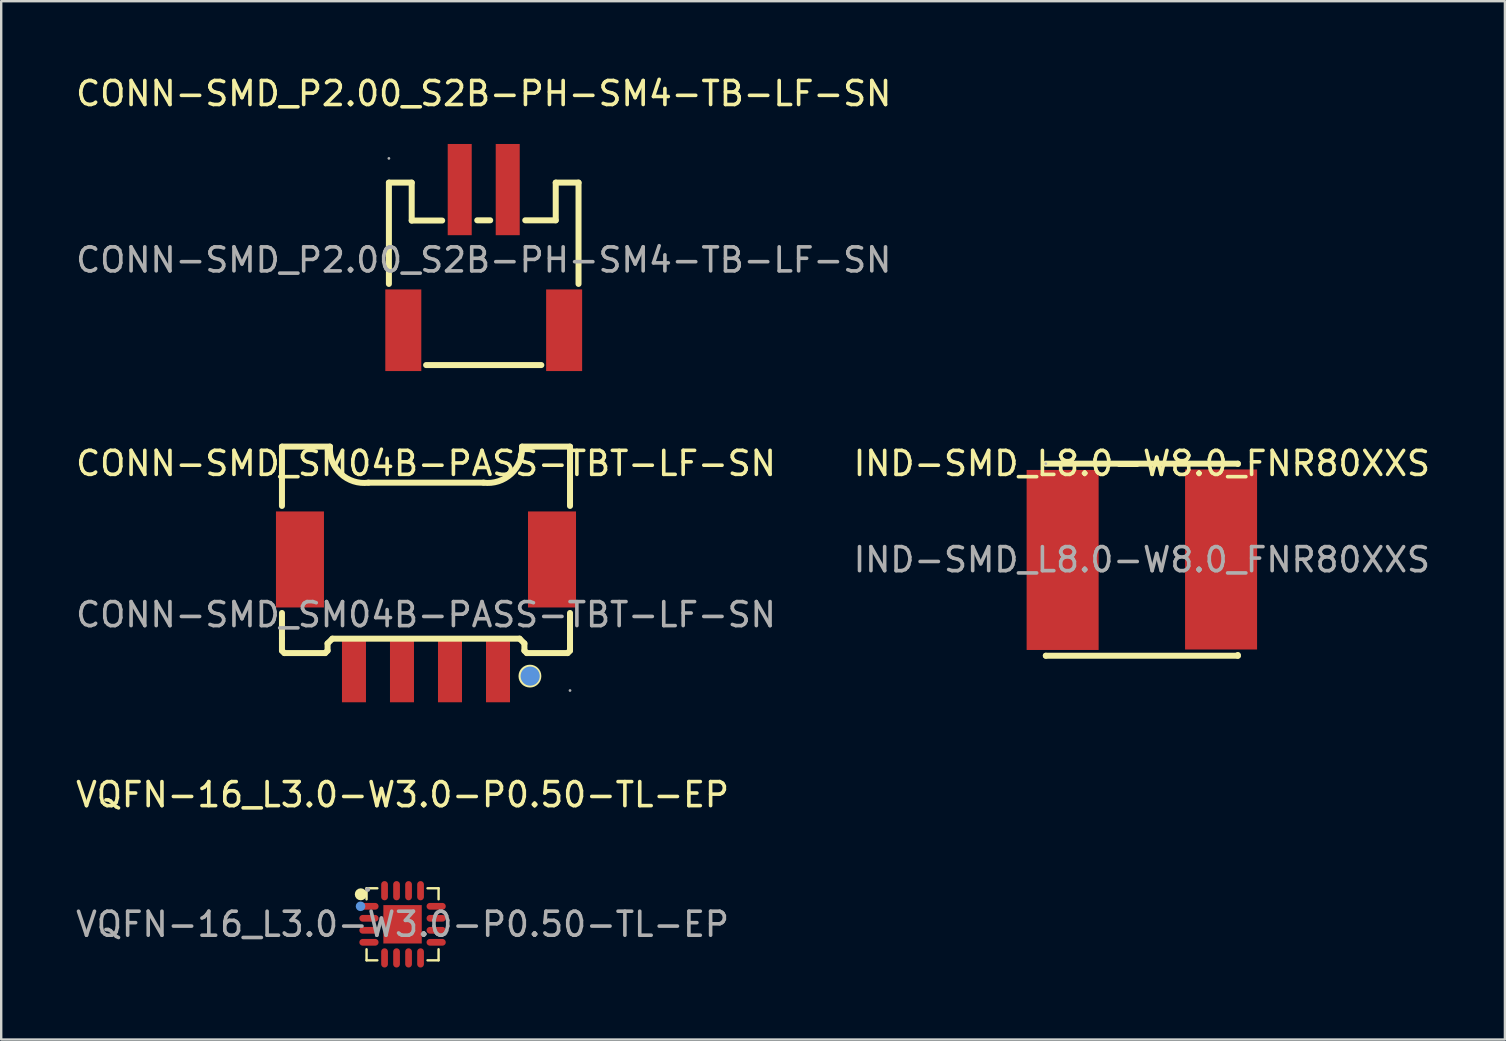
<source format=kicad_pcb>
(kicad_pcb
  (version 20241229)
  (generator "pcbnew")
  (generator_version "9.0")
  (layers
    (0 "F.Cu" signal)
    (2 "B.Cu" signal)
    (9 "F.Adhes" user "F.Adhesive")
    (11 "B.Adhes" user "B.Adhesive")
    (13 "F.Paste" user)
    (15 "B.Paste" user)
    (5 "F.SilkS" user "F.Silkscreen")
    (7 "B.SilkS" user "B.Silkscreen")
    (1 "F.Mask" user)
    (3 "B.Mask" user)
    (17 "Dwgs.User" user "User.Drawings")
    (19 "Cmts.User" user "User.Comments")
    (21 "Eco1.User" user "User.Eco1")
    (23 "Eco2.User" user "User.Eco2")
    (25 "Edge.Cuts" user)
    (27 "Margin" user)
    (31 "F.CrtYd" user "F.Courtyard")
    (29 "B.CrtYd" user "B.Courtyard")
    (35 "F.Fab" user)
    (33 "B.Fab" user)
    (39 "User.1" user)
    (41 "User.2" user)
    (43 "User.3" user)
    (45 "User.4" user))
  (footprint "CONN-SMD_SM04B-PASS-TBT-LF-SN"
    (layer "F.Cu")
    (at 14.696 22.556)
    (property "Reference" "CONN-SMD_SM04B-PASS-TBT-LF-SN" (at 0 -6.3 0) (layer "F.SilkS") (effects (font (size 1 1) (thickness 0.15))))
    (attr smd)
    (fp_line (start -6 -7) (end -6 -4.53) (stroke (width 0.25) (type solid)) (layer "F.SilkS"))
    (fp_line (start -6 -7) (end -4 -7) (stroke (width 0.25) (type solid)) (layer "F.SilkS"))
    (fp_line (start -6 -0.07) (end -6 1) (stroke (width 0.25) (type solid)) (layer "F.SilkS"))
    (fp_line (start -6 1) (end -6 1.5) (stroke (width 0.25) (type solid)) (layer "F.SilkS"))
    (fp_line (start -6 1.5) (end -5.9 1.6) (stroke (width 0.25) (type solid)) (layer "F.SilkS"))
    (fp_line (start -5.9 1.6) (end -4.2 1.6) (stroke (width 0.25) (type solid)) (layer "F.SilkS"))
    (fp_line (start -4.2 1.6) (end -4.1 1.5) (stroke (width 0.25) (type solid)) (layer "F.SilkS"))
    (fp_line (start -4.1 1.2) (end -3.9 1) (stroke (width 0.25) (type solid)) (layer "F.SilkS"))
    (fp_line (start -4.1 1.5) (end -4.1 1.2) (stroke (width 0.25) (type solid)) (layer "F.SilkS"))
    (fp_line (start -3.9 1) (end 3.9 1) (stroke (width 0.25) (type solid)) (layer "F.SilkS"))
    (fp_line (start -2.4 -5.5) (end 2.4 -5.5) (stroke (width 0.25) (type solid)) (layer "F.SilkS"))
    (fp_line (start 4 -7) (end 6 -7) (stroke (width 0.25) (type solid)) (layer "F.SilkS"))
    (fp_line (start 4.1 1.2) (end 3.9 1) (stroke (width 0.25) (type solid)) (layer "F.SilkS"))
    (fp_line (start 4.1 1.5) (end 4.1 1.2) (stroke (width 0.25) (type solid)) (layer "F.SilkS"))
    (fp_line (start 4.2 1.6) (end 4.1 1.5) (stroke (width 0.25) (type solid)) (layer "F.SilkS"))
    (fp_line (start 5.9 1.6) (end 4.2 1.6) (stroke (width 0.25) (type solid)) (layer "F.SilkS"))
    (fp_line (start 6 -7) (end 6 -4.53) (stroke (width 0.25) (type solid)) (layer "F.SilkS"))
    (fp_line (start 6 -0.07) (end 6 1) (stroke (width 0.25) (type solid)) (layer "F.SilkS"))
    (fp_line (start 6 1) (end 6 1.5) (stroke (width 0.25) (type solid)) (layer "F.SilkS"))
    (fp_line (start 6 1.5) (end 5.9 1.6) (stroke (width 0.25) (type solid)) (layer "F.SilkS"))
    (fp_arc (start -2.394689 -5.49927) (mid -3.55168 -5.870607) (end -4 -7) (stroke (width 0.25) (type solid)) (layer "F.SilkS"))
    (fp_arc (start 4 -7) (mid 3.55168 -5.870607) (end 2.394689 -5.49927) (stroke (width 0.25) (type solid)) (layer "F.SilkS"))
    (fp_circle (center 4.33 2.56) (end 4.68 2.56) (stroke (width 0.25) (type solid)) (fill no) (layer "F.SilkS"))
    (fp_circle (center 4.34 2.56) (end 4.54 2.56) (stroke (width 0.4) (type solid)) (fill no) (layer "Cmts.User"))
    (fp_circle (center 6 3.16) (end 6.03 3.16) (stroke (width 0.06) (type solid)) (fill no) (layer "F.Fab"))
    (fp_text user "${REFERENCE}" (at 0 0 0) (layer "F.Fab") (effects (font (size 1 1) (thickness 0.15))))
    (pad "1" smd rect (at 3 2.3) (size 1 2.7) (layers "F.Cu" "F.Mask" "F.Paste"))
    (pad "2" smd rect (at 1 2.3) (size 1 2.7) (layers "F.Cu" "F.Mask" "F.Paste"))
    (pad "3" smd rect (at -1 2.3) (size 1 2.7) (layers "F.Cu" "F.Mask" "F.Paste"))
    (pad "4" smd rect (at -3 2.3) (size 1 2.7) (layers "F.Cu" "F.Mask" "F.Paste"))
    (pad "5" smd rect (at -5.25 -2.3) (size 2 4) (layers "F.Cu" "F.Mask" "F.Paste"))
    (pad "6" smd rect (at 5.25 -2.3) (size 2 4) (layers "F.Cu" "F.Mask" "F.Paste")))
  (footprint "VQFN-16_L3.0-W3.0-P0.50-TL-EP"
    (layer "F.Cu")
    (at 13.72 35.455)
    (property "Reference" "VQFN-16_L3.0-W3.0-P0.50-TL-EP" (at 0 -5.4 0) (layer "F.SilkS") (effects (font (size 1 1) (thickness 0.15))))
    (attr smd)
    (fp_line (start -1.5 -1.5) (end -1.5 -1.04) (stroke (width 0.1) (type solid)) (layer "F.SilkS"))
    (fp_line (start -1.5 1.04) (end -1.5 1.5) (stroke (width 0.1) (type solid)) (layer "F.SilkS"))
    (fp_line (start -1.5 1.5) (end -1.05 1.5) (stroke (width 0.1) (type solid)) (layer "F.SilkS"))
    (fp_line (start -1.05 -1.5) (end -1.5 -1.5) (stroke (width 0.1) (type solid)) (layer "F.SilkS"))
    (fp_line (start 1.04 1.5) (end 1.5 1.5) (stroke (width 0.1) (type solid)) (layer "F.SilkS"))
    (fp_line (start 1.5 -1.5) (end 1.04 -1.5) (stroke (width 0.1) (type solid)) (layer "F.SilkS"))
    (fp_line (start 1.5 -1.5) (end 1.5 -1.04) (stroke (width 0.1) (type solid)) (layer "F.SilkS"))
    (fp_line (start 1.5 1.04) (end 1.5 1.5) (stroke (width 0.1) (type solid)) (layer "F.SilkS"))
    (fp_arc (start -1.74 -1.25) (mid -1.74 -1.25) (end -1.74 -1.25) (stroke (width 0.25) (type solid)) (layer "F.SilkS"))
    (fp_circle (center -1.75 -0.75) (end -1.65 -0.75) (stroke (width 0.2) (type solid)) (fill no) (layer "Cmts.User"))
    (fp_circle (center -1.45 -1.45) (end -1.4 -1.45) (stroke (width 0.1) (type solid)) (fill no) (layer "F.Fab"))
    (fp_text user "${REFERENCE}" (at 0 0 0) (layer "F.Fab") (effects (font (size 1 1) (thickness 0.15))))
    (pad "1" smd oval (at -1.4 -0.75 90) (size 0.28 0.8) (layers "F.Cu" "F.Mask" "F.Paste"))
    (pad "2" smd oval (at -1.4 -0.25 90) (size 0.28 0.8) (layers "F.Cu" "F.Mask" "F.Paste"))
    (pad "3" smd oval (at -1.4 0.25 90) (size 0.28 0.8) (layers "F.Cu" "F.Mask" "F.Paste"))
    (pad "4" smd oval (at -1.4 0.75 90) (size 0.28 0.8) (layers "F.Cu" "F.Mask" "F.Paste"))
    (pad "5" smd oval (at -0.75 1.4) (size 0.28 0.8) (layers "F.Cu" "F.Mask" "F.Paste"))
    (pad "6" smd oval (at -0.25 1.4) (size 0.28 0.8) (layers "F.Cu" "F.Mask" "F.Paste"))
    (pad "7" smd oval (at 0.25 1.4) (size 0.28 0.8) (layers "F.Cu" "F.Mask" "F.Paste"))
    (pad "8" smd oval (at 0.75 1.4) (size 0.28 0.8) (layers "F.Cu" "F.Mask" "F.Paste"))
    (pad "9" smd oval (at 1.4 0.75 90) (size 0.28 0.8) (layers "F.Cu" "F.Mask" "F.Paste"))
    (pad "10" smd oval (at 1.4 0.25 90) (size 0.28 0.8) (layers "F.Cu" "F.Mask" "F.Paste"))
    (pad "11" smd oval (at 1.4 -0.25 90) (size 0.28 0.8) (layers "F.Cu" "F.Mask" "F.Paste"))
    (pad "12" smd oval (at 1.4 -0.75 90) (size 0.28 0.8) (layers "F.Cu" "F.Mask" "F.Paste"))
    (pad "13" smd oval (at 0.75 -1.4) (size 0.28 0.8) (layers "F.Cu" "F.Mask" "F.Paste"))
    (pad "14" smd oval (at 0.25 -1.4) (size 0.28 0.8) (layers "F.Cu" "F.Mask" "F.Paste"))
    (pad "15" smd oval (at -0.25 -1.4) (size 0.28 0.8) (layers "F.Cu" "F.Mask" "F.Paste"))
    (pad "16" smd oval (at -0.75 -1.4) (size 0.28 0.8) (layers "F.Cu" "F.Mask" "F.Paste"))
    (pad "17" smd rect (at 0 0) (size 1.6 1.6) (layers "F.Cu" "F.Mask" "F.Paste")))
  (footprint "CONN-SMD_P2.00_S2B-PH-SM4-TB-LF-SN"
    (layer "F.Cu")
    (at 17.101 7.778)
    (property "Reference" "CONN-SMD_P2.00_S2B-PH-SM4-TB-LF-SN" (at 0 -6.93 0) (layer "F.SilkS") (effects (font (size 1 1) (thickness 0.15))))
    (attr smd)
    (fp_line (start -3.95 -3.22) (end -3.95 1) (stroke (width 0.25) (type solid)) (layer "F.SilkS"))
    (fp_line (start -3 -3.22) (end -3.95 -3.22) (stroke (width 0.25) (type solid)) (layer "F.SilkS"))
    (fp_line (start -3 -1.64) (end -3 -3.22) (stroke (width 0.25) (type solid)) (layer "F.SilkS"))
    (fp_line (start -1.73 -1.64) (end -3 -1.64) (stroke (width 0.25) (type solid)) (layer "F.SilkS"))
    (fp_line (start 0.27 -1.65) (end -0.27 -1.65) (stroke (width 0.25) (type solid)) (layer "F.SilkS"))
    (fp_line (start 2.4 4.38) (end -2.4 4.38) (stroke (width 0.25) (type solid)) (layer "F.SilkS"))
    (fp_line (start 3 -3.22) (end 3 -1.65) (stroke (width 0.25) (type solid)) (layer "F.SilkS"))
    (fp_line (start 3 -1.65) (end 1.73 -1.65) (stroke (width 0.25) (type solid)) (layer "F.SilkS"))
    (fp_line (start 3.95 -3.22) (end 3 -3.22) (stroke (width 0.25) (type solid)) (layer "F.SilkS"))
    (fp_line (start 3.95 -3.22) (end 3.95 1) (stroke (width 0.25) (type solid)) (layer "F.SilkS"))
    (fp_circle (center -3.95 -4.23) (end -3.92 -4.23) (stroke (width 0.06) (type solid)) (fill no) (layer "F.Fab"))
    (fp_text user "${REFERENCE}" (at 0 0 0) (layer "F.Fab") (effects (font (size 1 1) (thickness 0.15))))
    (pad "1" smd rect (at -1 -2.93) (size 1 3.8) (layers "F.Cu" "F.Mask" "F.Paste"))
    (pad "2" smd rect (at 1 -2.93) (size 1 3.8) (layers "F.Cu" "F.Mask" "F.Paste"))
    (pad "3" smd rect (at 3.35 2.93) (size 1.5 3.4) (layers "F.Cu" "F.Mask" "F.Paste"))
    (pad "4" smd rect (at -3.35 2.93) (size 1.5 3.4) (layers "F.Cu" "F.Mask" "F.Paste")))
  (footprint "IND-SMD_L8.0-W8.0_FNR80XXS"
    (layer "F.Cu")
    (at 44.518 20.267)
    (property "Reference" "IND-SMD_L8.0-W8.0_FNR80XXS" (at 0 -4.01 0) (layer "F.SilkS") (effects (font (size 1 1) (thickness 0.15))))
    (attr smd)
    (fp_line (start -4 -4) (end 4 -4) (stroke (width 0.25) (type solid)) (layer "F.SilkS"))
    (fp_line (start -4 4) (end -4 4) (stroke (width 0.25) (type solid)) (layer "F.SilkS"))
    (fp_line (start 4 -4) (end 4 -3.99) (stroke (width 0.25) (type solid)) (layer "F.SilkS"))
    (fp_line (start 4 3.97) (end 4 4) (stroke (width 0.25) (type solid)) (layer "F.SilkS"))
    (fp_line (start 4 4) (end -4 4) (stroke (width 0.25) (type solid)) (layer "F.SilkS"))
    (fp_circle (center -4 -4) (end -3.97 -4) (stroke (width 0.06) (type solid)) (fill no) (layer "F.Fab"))
    (fp_text user "${REFERENCE}" (at 0 0 0) (layer "F.Fab") (effects (font (size 1 1) (thickness 0.15))))
    (pad "1" smd rect (at -3.3 0.01) (size 3 7.5) (layers "F.Cu" "F.Mask" "F.Paste"))
    (pad "2" smd rect (at 3.3 -0.01) (size 3 7.5) (layers "F.Cu" "F.Mask" "F.Paste")))
  (gr_rect
    (start -3 -3)
    (end 59.643 40.255)
    (stroke (width 0.1) (type default))
    (fill no)
    (layer "Edge.Cuts")))
</source>
